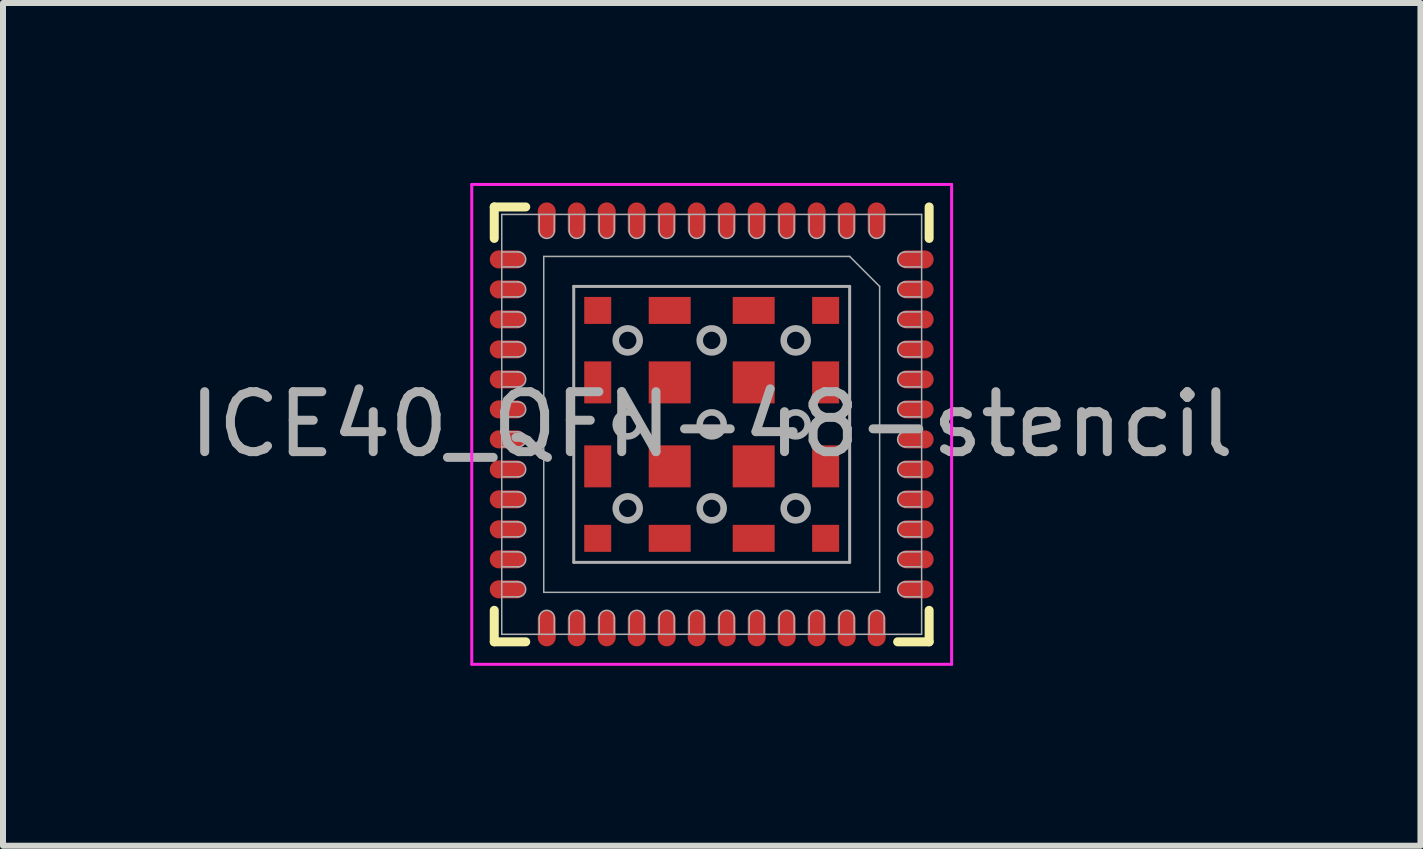
<source format=kicad_pcb>
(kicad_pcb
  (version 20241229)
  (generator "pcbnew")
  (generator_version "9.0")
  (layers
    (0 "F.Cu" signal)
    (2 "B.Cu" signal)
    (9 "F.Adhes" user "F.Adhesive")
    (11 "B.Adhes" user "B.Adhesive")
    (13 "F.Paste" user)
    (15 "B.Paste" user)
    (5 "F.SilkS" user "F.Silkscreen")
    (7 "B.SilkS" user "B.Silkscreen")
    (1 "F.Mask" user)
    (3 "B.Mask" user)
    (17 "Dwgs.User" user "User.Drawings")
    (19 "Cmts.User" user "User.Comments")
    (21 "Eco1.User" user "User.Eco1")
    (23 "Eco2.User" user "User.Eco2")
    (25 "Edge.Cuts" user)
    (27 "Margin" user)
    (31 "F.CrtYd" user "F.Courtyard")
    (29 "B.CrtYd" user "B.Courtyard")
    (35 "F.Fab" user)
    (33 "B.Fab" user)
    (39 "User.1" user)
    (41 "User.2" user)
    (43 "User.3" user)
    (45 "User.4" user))
  (footprint "ICE40_QFN-48-stencil"
    (layer "F.Cu")
    (at 8.815 4.025)
    (property "Reference" "ICE40_QFN-48-stencil" (at 0 0 0) (layer "F.Fab") (effects (font (size 1 1) (thickness 0.15))))
    (attr smd)
    (fp_line (start -3.625 -3.625) (end -3.625 -3.1) (stroke (width 0.15) (type solid)) (layer "F.SilkS"))
    (fp_line (start -3.625 -3.625) (end -3.1 -3.625) (stroke (width 0.15) (type solid)) (layer "F.SilkS"))
    (fp_line (start -3.625 3.625) (end -3.625 3.1) (stroke (width 0.15) (type solid)) (layer "F.SilkS"))
    (fp_line (start -3.625 3.625) (end -3.1 3.625) (stroke (width 0.15) (type solid)) (layer "F.SilkS"))
    (fp_line (start 3.625 -3.625) (end 3.625 -3.1) (stroke (width 0.15) (type solid)) (layer "F.SilkS"))
    (fp_line (start 3.625 3.625) (end 3.1 3.625) (stroke (width 0.15) (type solid)) (layer "F.SilkS"))
    (fp_line (start 3.625 3.625) (end 3.625 3.1) (stroke (width 0.15) (type solid)) (layer "F.SilkS"))
    (fp_line (start -4 -4) (end -4 4) (stroke (width 0.05) (type solid)) (layer "F.CrtYd"))
    (fp_line (start 4 -4) (end -4 -4) (stroke (width 0.05) (type solid)) (layer "F.CrtYd"))
    (fp_line (start 4 -4) (end 4 4) (stroke (width 0.05) (type solid)) (layer "F.CrtYd"))
    (fp_line (start 4 4) (end -4 4) (stroke (width 0.05) (type solid)) (layer "F.CrtYd"))
    (fp_line (start -3.5 -3.5) (end -3.5 3.5) (stroke (width 0.025) (type solid)) (layer "F.Fab"))
    (fp_line (start -3.5 -2.875) (end -3.225 -2.875) (stroke (width 0.025) (type solid)) (layer "F.Fab"))
    (fp_line (start -3.5 -2.625) (end -3.225 -2.625) (stroke (width 0.025) (type solid)) (layer "F.Fab"))
    (fp_line (start -3.5 -2.375) (end -3.225 -2.375) (stroke (width 0.025) (type solid)) (layer "F.Fab"))
    (fp_line (start -3.5 -2.125) (end -3.225 -2.125) (stroke (width 0.025) (type solid)) (layer "F.Fab"))
    (fp_line (start -3.5 -1.875) (end -3.225 -1.875) (stroke (width 0.025) (type solid)) (layer "F.Fab"))
    (fp_line (start -3.5 -1.625) (end -3.225 -1.625) (stroke (width 0.025) (type solid)) (layer "F.Fab"))
    (fp_line (start -3.5 -1.375) (end -3.225 -1.375) (stroke (width 0.025) (type solid)) (layer "F.Fab"))
    (fp_line (start -3.5 -1.125) (end -3.225 -1.125) (stroke (width 0.025) (type solid)) (layer "F.Fab"))
    (fp_line (start -3.5 -0.875) (end -3.225 -0.875) (stroke (width 0.025) (type solid)) (layer "F.Fab"))
    (fp_line (start -3.5 -0.625) (end -3.225 -0.625) (stroke (width 0.025) (type solid)) (layer "F.Fab"))
    (fp_line (start -3.5 -0.375) (end -3.225 -0.375) (stroke (width 0.025) (type solid)) (layer "F.Fab"))
    (fp_line (start -3.5 -0.125) (end -3.225 -0.125) (stroke (width 0.025) (type solid)) (layer "F.Fab"))
    (fp_line (start -3.5 0.125) (end -3.225 0.125) (stroke (width 0.025) (type solid)) (layer "F.Fab"))
    (fp_line (start -3.5 0.375) (end -3.225 0.375) (stroke (width 0.025) (type solid)) (layer "F.Fab"))
    (fp_line (start -3.5 0.625) (end -3.225 0.625) (stroke (width 0.025) (type solid)) (layer "F.Fab"))
    (fp_line (start -3.5 0.875) (end -3.225 0.875) (stroke (width 0.025) (type solid)) (layer "F.Fab"))
    (fp_line (start -3.5 1.125) (end -3.225 1.125) (stroke (width 0.025) (type solid)) (layer "F.Fab"))
    (fp_line (start -3.5 1.375) (end -3.225 1.375) (stroke (width 0.025) (type solid)) (layer "F.Fab"))
    (fp_line (start -3.5 1.625) (end -3.225 1.625) (stroke (width 0.025) (type solid)) (layer "F.Fab"))
    (fp_line (start -3.5 1.875) (end -3.225 1.875) (stroke (width 0.025) (type solid)) (layer "F.Fab"))
    (fp_line (start -3.5 2.125) (end -3.225 2.125) (stroke (width 0.025) (type solid)) (layer "F.Fab"))
    (fp_line (start -3.5 2.375) (end -3.225 2.375) (stroke (width 0.025) (type solid)) (layer "F.Fab"))
    (fp_line (start -3.5 2.625) (end -3.225 2.625) (stroke (width 0.025) (type solid)) (layer "F.Fab"))
    (fp_line (start -3.5 2.875) (end -3.225 2.875) (stroke (width 0.025) (type solid)) (layer "F.Fab"))
    (fp_line (start -3.5 3.5) (end 3.5 3.5) (stroke (width 0.025) (type solid)) (layer "F.Fab"))
    (fp_line (start -2.875 -3.5) (end -2.875 -3.225) (stroke (width 0.025) (type solid)) (layer "F.Fab"))
    (fp_line (start -2.875 3.5) (end -2.875 3.225) (stroke (width 0.025) (type solid)) (layer "F.Fab"))
    (fp_line (start -2.8 -2.8) (end 2.3 -2.8) (stroke (width 0.025) (type solid)) (layer "F.Fab"))
    (fp_line (start -2.8 2.8) (end -2.8 -2.8) (stroke (width 0.025) (type solid)) (layer "F.Fab"))
    (fp_line (start -2.625 -3.5) (end -2.625 -3.225) (stroke (width 0.025) (type solid)) (layer "F.Fab"))
    (fp_line (start -2.625 3.5) (end -2.625 3.225) (stroke (width 0.025) (type solid)) (layer "F.Fab"))
    (fp_line (start -2.375 -3.5) (end -2.375 -3.225) (stroke (width 0.025) (type solid)) (layer "F.Fab"))
    (fp_line (start -2.375 3.5) (end -2.375 3.225) (stroke (width 0.025) (type solid)) (layer "F.Fab"))
    (fp_line (start -2.3 -2.3) (end -2.3 2.3) (stroke (width 0.05) (type solid)) (layer "F.Fab"))
    (fp_line (start -2.3 -2.3) (end 2.3 -2.3) (stroke (width 0.05) (type solid)) (layer "F.Fab"))
    (fp_line (start -2.3 2.3) (end 2.3 2.3) (stroke (width 0.05) (type solid)) (layer "F.Fab"))
    (fp_line (start -2.125 -3.5) (end -2.125 -3.225) (stroke (width 0.025) (type solid)) (layer "F.Fab"))
    (fp_line (start -2.125 3.5) (end -2.125 3.225) (stroke (width 0.025) (type solid)) (layer "F.Fab"))
    (fp_line (start -1.875 -3.5) (end -1.875 -3.225) (stroke (width 0.025) (type solid)) (layer "F.Fab"))
    (fp_line (start -1.875 3.5) (end -1.875 3.225) (stroke (width 0.025) (type solid)) (layer "F.Fab"))
    (fp_line (start -1.625 -3.5) (end -1.625 -3.225) (stroke (width 0.025) (type solid)) (layer "F.Fab"))
    (fp_line (start -1.625 3.5) (end -1.625 3.225) (stroke (width 0.025) (type solid)) (layer "F.Fab"))
    (fp_line (start -1.375 -3.5) (end -1.375 -3.225) (stroke (width 0.025) (type solid)) (layer "F.Fab"))
    (fp_line (start -1.375 3.5) (end -1.375 3.225) (stroke (width 0.025) (type solid)) (layer "F.Fab"))
    (fp_line (start -1.125 -3.5) (end -1.125 -3.225) (stroke (width 0.025) (type solid)) (layer "F.Fab"))
    (fp_line (start -1.125 3.5) (end -1.125 3.225) (stroke (width 0.025) (type solid)) (layer "F.Fab"))
    (fp_line (start -0.875 -3.5) (end -0.875 -3.225) (stroke (width 0.025) (type solid)) (layer "F.Fab"))
    (fp_line (start -0.875 3.5) (end -0.875 3.225) (stroke (width 0.025) (type solid)) (layer "F.Fab"))
    (fp_line (start -0.625 -3.5) (end -0.625 -3.225) (stroke (width 0.025) (type solid)) (layer "F.Fab"))
    (fp_line (start -0.625 3.5) (end -0.625 3.225) (stroke (width 0.025) (type solid)) (layer "F.Fab"))
    (fp_line (start -0.375 -3.5) (end -0.375 -3.225) (stroke (width 0.025) (type solid)) (layer "F.Fab"))
    (fp_line (start -0.375 3.5) (end -0.375 3.225) (stroke (width 0.025) (type solid)) (layer "F.Fab"))
    (fp_line (start -0.125 -3.5) (end -0.125 -3.225) (stroke (width 0.025) (type solid)) (layer "F.Fab"))
    (fp_line (start -0.125 3.5) (end -0.125 3.225) (stroke (width 0.025) (type solid)) (layer "F.Fab"))
    (fp_line (start 0.125 -3.5) (end 0.125 -3.225) (stroke (width 0.025) (type solid)) (layer "F.Fab"))
    (fp_line (start 0.125 3.5) (end 0.125 3.225) (stroke (width 0.025) (type solid)) (layer "F.Fab"))
    (fp_line (start 0.375 -3.5) (end 0.375 -3.225) (stroke (width 0.025) (type solid)) (layer "F.Fab"))
    (fp_line (start 0.375 3.5) (end 0.375 3.225) (stroke (width 0.025) (type solid)) (layer "F.Fab"))
    (fp_line (start 0.625 -3.5) (end 0.625 -3.225) (stroke (width 0.025) (type solid)) (layer "F.Fab"))
    (fp_line (start 0.625 3.5) (end 0.625 3.225) (stroke (width 0.025) (type solid)) (layer "F.Fab"))
    (fp_line (start 0.875 -3.5) (end 0.875 -3.225) (stroke (width 0.025) (type solid)) (layer "F.Fab"))
    (fp_line (start 0.875 3.5) (end 0.875 3.225) (stroke (width 0.025) (type solid)) (layer "F.Fab"))
    (fp_line (start 1.125 -3.5) (end 1.125 -3.225) (stroke (width 0.025) (type solid)) (layer "F.Fab"))
    (fp_line (start 1.125 3.5) (end 1.125 3.225) (stroke (width 0.025) (type solid)) (layer "F.Fab"))
    (fp_line (start 1.375 -3.5) (end 1.375 -3.225) (stroke (width 0.025) (type solid)) (layer "F.Fab"))
    (fp_line (start 1.375 3.5) (end 1.375 3.225) (stroke (width 0.025) (type solid)) (layer "F.Fab"))
    (fp_line (start 1.625 -3.5) (end 1.625 -3.225) (stroke (width 0.025) (type solid)) (layer "F.Fab"))
    (fp_line (start 1.625 3.5) (end 1.625 3.225) (stroke (width 0.025) (type solid)) (layer "F.Fab"))
    (fp_line (start 1.875 -3.5) (end 1.875 -3.225) (stroke (width 0.025) (type solid)) (layer "F.Fab"))
    (fp_line (start 1.875 3.5) (end 1.875 3.225) (stroke (width 0.025) (type solid)) (layer "F.Fab"))
    (fp_line (start 2.125 -3.5) (end 2.125 -3.225) (stroke (width 0.025) (type solid)) (layer "F.Fab"))
    (fp_line (start 2.125 3.5) (end 2.125 3.225) (stroke (width 0.025) (type solid)) (layer "F.Fab"))
    (fp_line (start 2.3 -2.3) (end 2.3 2.3) (stroke (width 0.05) (type solid)) (layer "F.Fab"))
    (fp_line (start 2.3 -2.8) (end 2.8 -2.3) (stroke (width 0.025) (type solid)) (layer "F.Fab"))
    (fp_line (start 2.375 -3.5) (end 2.375 -3.225) (stroke (width 0.025) (type solid)) (layer "F.Fab"))
    (fp_line (start 2.375 3.5) (end 2.375 3.225) (stroke (width 0.025) (type solid)) (layer "F.Fab"))
    (fp_line (start 2.625 -3.5) (end 2.625 -3.225) (stroke (width 0.025) (type solid)) (layer "F.Fab"))
    (fp_line (start 2.625 3.5) (end 2.625 3.225) (stroke (width 0.025) (type solid)) (layer "F.Fab"))
    (fp_line (start 2.8 -2.3) (end 2.8 2.8) (stroke (width 0.025) (type solid)) (layer "F.Fab"))
    (fp_line (start 2.8 2.8) (end -2.8 2.8) (stroke (width 0.025) (type solid)) (layer "F.Fab"))
    (fp_line (start 2.875 -3.5) (end 2.875 -3.225) (stroke (width 0.025) (type solid)) (layer "F.Fab"))
    (fp_line (start 2.875 3.5) (end 2.875 3.225) (stroke (width 0.025) (type solid)) (layer "F.Fab"))
    (fp_line (start 3.5 -3.5) (end -3.5 -3.5) (stroke (width 0.025) (type solid)) (layer "F.Fab"))
    (fp_line (start 3.5 -2.875) (end 3.225 -2.875) (stroke (width 0.025) (type solid)) (layer "F.Fab"))
    (fp_line (start 3.5 -2.625) (end 3.225 -2.625) (stroke (width 0.025) (type solid)) (layer "F.Fab"))
    (fp_line (start 3.5 -2.375) (end 3.225 -2.375) (stroke (width 0.025) (type solid)) (layer "F.Fab"))
    (fp_line (start 3.5 -2.125) (end 3.225 -2.125) (stroke (width 0.025) (type solid)) (layer "F.Fab"))
    (fp_line (start 3.5 -1.875) (end 3.225 -1.875) (stroke (width 0.025) (type solid)) (layer "F.Fab"))
    (fp_line (start 3.5 -1.625) (end 3.225 -1.625) (stroke (width 0.025) (type solid)) (layer "F.Fab"))
    (fp_line (start 3.5 -1.375) (end 3.225 -1.375) (stroke (width 0.025) (type solid)) (layer "F.Fab"))
    (fp_line (start 3.5 -1.125) (end 3.225 -1.125) (stroke (width 0.025) (type solid)) (layer "F.Fab"))
    (fp_line (start 3.5 -0.875) (end 3.225 -0.875) (stroke (width 0.025) (type solid)) (layer "F.Fab"))
    (fp_line (start 3.5 -0.625) (end 3.225 -0.625) (stroke (width 0.025) (type solid)) (layer "F.Fab"))
    (fp_line (start 3.5 -0.375) (end 3.225 -0.375) (stroke (width 0.025) (type solid)) (layer "F.Fab"))
    (fp_line (start 3.5 -0.125) (end 3.225 -0.125) (stroke (width 0.025) (type solid)) (layer "F.Fab"))
    (fp_line (start 3.5 0.125) (end 3.225 0.125) (stroke (width 0.025) (type solid)) (layer "F.Fab"))
    (fp_line (start 3.5 0.375) (end 3.225 0.375) (stroke (width 0.025) (type solid)) (layer "F.Fab"))
    (fp_line (start 3.5 0.625) (end 3.225 0.625) (stroke (width 0.025) (type solid)) (layer "F.Fab"))
    (fp_line (start 3.5 0.875) (end 3.225 0.875) (stroke (width 0.025) (type solid)) (layer "F.Fab"))
    (fp_line (start 3.5 1.125) (end 3.225 1.125) (stroke (width 0.025) (type solid)) (layer "F.Fab"))
    (fp_line (start 3.5 1.375) (end 3.225 1.375) (stroke (width 0.025) (type solid)) (layer "F.Fab"))
    (fp_line (start 3.5 1.625) (end 3.225 1.625) (stroke (width 0.025) (type solid)) (layer "F.Fab"))
    (fp_line (start 3.5 1.875) (end 3.225 1.875) (stroke (width 0.025) (type solid)) (layer "F.Fab"))
    (fp_line (start 3.5 2.125) (end 3.225 2.125) (stroke (width 0.025) (type solid)) (layer "F.Fab"))
    (fp_line (start 3.5 2.375) (end 3.225 2.375) (stroke (width 0.025) (type solid)) (layer "F.Fab"))
    (fp_line (start 3.5 2.625) (end 3.225 2.625) (stroke (width 0.025) (type solid)) (layer "F.Fab"))
    (fp_line (start 3.5 2.875) (end 3.225 2.875) (stroke (width 0.025) (type solid)) (layer "F.Fab"))
    (fp_line (start 3.5 3.5) (end 3.5 -3.5) (stroke (width 0.025) (type solid)) (layer "F.Fab"))
    (fp_arc (start -3.225 -2.375) (mid -3.1 -2.25) (end -3.225 -2.125) (stroke (width 0.025) (type solid)) (layer "F.Fab"))
    (fp_arc (start -3.225 -1.875) (mid -3.099999 -1.749999) (end -3.225 -1.624998) (stroke (width 0.025) (type solid)) (layer "F.Fab"))
    (fp_arc (start -3.225 -1.375) (mid -3.1 -1.25) (end -3.225 -1.125) (stroke (width 0.025) (type solid)) (layer "F.Fab"))
    (fp_arc (start -3.225 -0.875) (mid -3.099999 -0.750001) (end -3.224998 -0.625) (stroke (width 0.025) (type solid)) (layer "F.Fab"))
    (fp_arc (start -3.225 0.125) (mid -3.1 0.25) (end -3.225 0.375) (stroke (width 0.025) (type solid)) (layer "F.Fab"))
    (fp_arc (start -3.225 0.625) (mid -3.099999 0.749999) (end -3.224998 0.875) (stroke (width 0.025) (type solid)) (layer "F.Fab"))
    (fp_arc (start -3.225 1.625) (mid -3.100001 1.749999) (end -3.225 1.874998) (stroke (width 0.025) (type solid)) (layer "F.Fab"))
    (fp_arc (start -3.225 2.625) (mid -3.1 2.75) (end -3.225 2.875) (stroke (width 0.025) (type solid)) (layer "F.Fab"))
    (fp_arc (start -3.224999 -2.875) (mid -3.1 -2.749999) (end -3.225001 -2.625) (stroke (width 0.025) (type solid)) (layer "F.Fab"))
    (fp_arc (start -3.224999 -0.375) (mid -3.1 -0.249999) (end -3.225001 -0.125) (stroke (width 0.025) (type solid)) (layer "F.Fab"))
    (fp_arc (start -3.224999 1.125) (mid -3.1 1.250001) (end -3.225001 1.375) (stroke (width 0.025) (type solid)) (layer "F.Fab"))
    (fp_arc (start -3.224999 2.125) (mid -3.1 2.250001) (end -3.225001 2.375) (stroke (width 0.025) (type solid)) (layer "F.Fab"))
    (fp_arc (start -2.875 3.224999) (mid -2.749999 3.1) (end -2.625 3.225001) (stroke (width 0.025) (type solid)) (layer "F.Fab"))
    (fp_arc (start -2.625 -3.225) (mid -2.75 -3.1) (end -2.875 -3.225) (stroke (width 0.025) (type solid)) (layer "F.Fab"))
    (fp_arc (start -2.375 3.225) (mid -2.25 3.1) (end -2.125 3.225) (stroke (width 0.025) (type solid)) (layer "F.Fab"))
    (fp_arc (start -2.125 -3.224999) (mid -2.250001 -3.1) (end -2.375 -3.225001) (stroke (width 0.025) (type solid)) (layer "F.Fab"))
    (fp_arc (start -1.875 3.225) (mid -1.749999 3.099999) (end -1.624998 3.225) (stroke (width 0.025) (type solid)) (layer "F.Fab"))
    (fp_arc (start -1.625 -3.225) (mid -1.749999 -3.100001) (end -1.874998 -3.225) (stroke (width 0.025) (type solid)) (layer "F.Fab"))
    (fp_arc (start -1.375 3.225) (mid -1.25 3.1) (end -1.125 3.225) (stroke (width 0.025) (type solid)) (layer "F.Fab"))
    (fp_arc (start -1.125 -3.224999) (mid -1.250001 -3.1) (end -1.375 -3.225001) (stroke (width 0.025) (type solid)) (layer "F.Fab"))
    (fp_arc (start -0.875 3.225) (mid -0.750001 3.099999) (end -0.625 3.224998) (stroke (width 0.025) (type solid)) (layer "F.Fab"))
    (fp_arc (start -0.625 -3.225) (mid -0.749999 -3.099999) (end -0.875 -3.224998) (stroke (width 0.025) (type solid)) (layer "F.Fab"))
    (fp_arc (start -0.375 3.224999) (mid -0.249999 3.1) (end -0.125 3.225001) (stroke (width 0.025) (type solid)) (layer "F.Fab"))
    (fp_arc (start -0.125 -3.225) (mid -0.25 -3.1) (end -0.375 -3.225) (stroke (width 0.025) (type solid)) (layer "F.Fab"))
    (fp_arc (start 0.125 3.225) (mid 0.25 3.1) (end 0.375 3.225) (stroke (width 0.025) (type solid)) (layer "F.Fab"))
    (fp_arc (start 0.375 -3.224999) (mid 0.249999 -3.1) (end 0.125 -3.225001) (stroke (width 0.025) (type solid)) (layer "F.Fab"))
    (fp_arc (start 0.625 3.225) (mid 0.749999 3.099999) (end 0.875 3.224998) (stroke (width 0.025) (type solid)) (layer "F.Fab"))
    (fp_arc (start 0.875 -3.225) (mid 0.750001 -3.099999) (end 0.625 -3.224998) (stroke (width 0.025) (type solid)) (layer "F.Fab"))
    (fp_arc (start 1.125 3.224999) (mid 1.250001 3.1) (end 1.375 3.225001) (stroke (width 0.025) (type solid)) (layer "F.Fab"))
    (fp_arc (start 1.375 -3.225) (mid 1.25 -3.1) (end 1.125 -3.225) (stroke (width 0.025) (type solid)) (layer "F.Fab"))
    (fp_arc (start 1.625 3.225) (mid 1.749999 3.100001) (end 1.874998 3.225) (stroke (width 0.025) (type solid)) (layer "F.Fab"))
    (fp_arc (start 1.875 -3.225) (mid 1.749999 -3.099999) (end 1.624998 -3.225) (stroke (width 0.025) (type solid)) (layer "F.Fab"))
    (fp_arc (start 2.125 3.224999) (mid 2.250001 3.1) (end 2.375 3.225001) (stroke (width 0.025) (type solid)) (layer "F.Fab"))
    (fp_arc (start 2.375 -3.225) (mid 2.25 -3.1) (end 2.125 -3.225) (stroke (width 0.025) (type solid)) (layer "F.Fab"))
    (fp_arc (start 2.625 3.225) (mid 2.75 3.1) (end 2.875 3.225) (stroke (width 0.025) (type solid)) (layer "F.Fab"))
    (fp_arc (start 2.875 -3.224999) (mid 2.749999 -3.1) (end 2.625 -3.225001) (stroke (width 0.025) (type solid)) (layer "F.Fab"))
    (fp_arc (start 3.224999 -2.125) (mid 3.1 -2.250001) (end 3.225001 -2.375) (stroke (width 0.025) (type solid)) (layer "F.Fab"))
    (fp_arc (start 3.224999 -1.125) (mid 3.1 -1.250001) (end 3.225001 -1.375) (stroke (width 0.025) (type solid)) (layer "F.Fab"))
    (fp_arc (start 3.224999 0.375) (mid 3.1 0.249999) (end 3.225001 0.125) (stroke (width 0.025) (type solid)) (layer "F.Fab"))
    (fp_arc (start 3.224999 2.875) (mid 3.1 2.749999) (end 3.225001 2.625) (stroke (width 0.025) (type solid)) (layer "F.Fab"))
    (fp_arc (start 3.225 -2.625) (mid 3.1 -2.75) (end 3.225 -2.875) (stroke (width 0.025) (type solid)) (layer "F.Fab"))
    (fp_arc (start 3.225 -1.625) (mid 3.100001 -1.749999) (end 3.225 -1.874998) (stroke (width 0.025) (type solid)) (layer "F.Fab"))
    (fp_arc (start 3.225 -0.625) (mid 3.099999 -0.749999) (end 3.224998 -0.875) (stroke (width 0.025) (type solid)) (layer "F.Fab"))
    (fp_arc (start 3.225 -0.125) (mid 3.1 -0.25) (end 3.225 -0.375) (stroke (width 0.025) (type solid)) (layer "F.Fab"))
    (fp_arc (start 3.225 0.875) (mid 3.099999 0.750001) (end 3.224998 0.625) (stroke (width 0.025) (type solid)) (layer "F.Fab"))
    (fp_arc (start 3.225 1.375) (mid 3.1 1.25) (end 3.225 1.125) (stroke (width 0.025) (type solid)) (layer "F.Fab"))
    (fp_arc (start 3.225 1.875) (mid 3.099999 1.749999) (end 3.225 1.624998) (stroke (width 0.025) (type solid)) (layer "F.Fab"))
    (fp_arc (start 3.225 2.375) (mid 3.1 2.25) (end 3.225 2.125) (stroke (width 0.025) (type solid)) (layer "F.Fab"))
    (fp_circle (center -1.4 -1.4) (end -1.2 -1.4) (stroke (width 0.11) (type solid)) (fill no) (layer "F.Fab"))
    (fp_circle (center -1.4 0) (end -1.2 0) (stroke (width 0.11) (type solid)) (fill no) (layer "F.Fab"))
    (fp_circle (center -1.4 1.4) (end -1.2 1.4) (stroke (width 0.11) (type solid)) (fill no) (layer "F.Fab"))
    (fp_circle (center 0 -1.4) (end 0.2 -1.4) (stroke (width 0.11) (type solid)) (fill no) (layer "F.Fab"))
    (fp_circle (center 0 0) (end 0.2 0) (stroke (width 0.11) (type solid)) (fill no) (layer "F.Fab"))
    (fp_circle (center 0 1.4) (end 0.2 1.4) (stroke (width 0.11) (type solid)) (fill no) (layer "F.Fab"))
    (fp_circle (center 1.4 -1.4) (end 1.6 -1.4) (stroke (width 0.11) (type solid)) (fill no) (layer "F.Fab"))
    (fp_circle (center 1.4 0) (end 1.6 0) (stroke (width 0.11) (type solid)) (fill no) (layer "F.Fab"))
    (fp_circle (center 1.4 1.4) (end 1.6 1.4) (stroke (width 0.11) (type solid)) (fill no) (layer "F.Fab"))
    (pad "1" smd oval (at 2.75 -3.4 270) (size 0.6 0.3) (layers "F.Cu" "F.Mask" "F.Paste"))
    (pad "2" smd oval (at 2.25 -3.4 270) (size 0.6 0.3) (layers "F.Cu" "F.Mask" "F.Paste"))
    (pad "3" smd oval (at 1.75 -3.4 270) (size 0.6 0.3) (layers "F.Cu" "F.Mask" "F.Paste"))
    (pad "4" smd oval (at 1.25 -3.4 270) (size 0.6 0.3) (layers "F.Cu" "F.Mask" "F.Paste"))
    (pad "5" smd oval (at 0.75 -3.4 270) (size 0.6 0.3) (layers "F.Cu" "F.Mask" "F.Paste"))
    (pad "6" smd oval (at 0.25 -3.4 270) (size 0.6 0.3) (layers "F.Cu" "F.Mask" "F.Paste"))
    (pad "7" smd oval (at -0.25 -3.4 270) (size 0.6 0.3) (layers "F.Cu" "F.Mask" "F.Paste"))
    (pad "8" smd oval (at -0.75 -3.4 270) (size 0.6 0.3) (layers "F.Cu" "F.Mask" "F.Paste"))
    (pad "9" smd oval (at -1.25 -3.4 270) (size 0.6 0.3) (layers "F.Cu" "F.Mask" "F.Paste"))
    (pad "10" smd oval (at -1.75 -3.4 270) (size 0.6 0.3) (layers "F.Cu" "F.Mask" "F.Paste"))
    (pad "11" smd oval (at -2.25 -3.4 270) (size 0.6 0.3) (layers "F.Cu" "F.Mask" "F.Paste"))
    (pad "12" smd oval (at -2.75 -3.4 270) (size 0.6 0.3) (layers "F.Cu" "F.Mask" "F.Paste"))
    (pad "13" smd oval (at -3.4 -2.75) (size 0.6 0.3) (layers "F.Cu" "F.Mask" "F.Paste"))
    (pad "14" smd oval (at -3.4 -2.25) (size 0.6 0.3) (layers "F.Cu" "F.Mask" "F.Paste"))
    (pad "15" smd oval (at -3.4 -1.75) (size 0.6 0.3) (layers "F.Cu" "F.Mask" "F.Paste"))
    (pad "16" smd oval (at -3.4 -1.25) (size 0.6 0.3) (layers "F.Cu" "F.Mask" "F.Paste"))
    (pad "17" smd oval (at -3.4 -0.75) (size 0.6 0.3) (layers "F.Cu" "F.Mask" "F.Paste"))
    (pad "18" smd oval (at -3.4 -0.25) (size 0.6 0.3) (layers "F.Cu" "F.Mask" "F.Paste"))
    (pad "19" smd oval (at -3.4 0.25) (size 0.6 0.3) (layers "F.Cu" "F.Mask" "F.Paste"))
    (pad "20" smd oval (at -3.4 0.75) (size 0.6 0.3) (layers "F.Cu" "F.Mask" "F.Paste"))
    (pad "21" smd oval (at -3.4 1.25) (size 0.6 0.3) (layers "F.Cu" "F.Mask" "F.Paste"))
    (pad "22" smd oval (at -3.4 1.75) (size 0.6 0.3) (layers "F.Cu" "F.Mask" "F.Paste"))
    (pad "23" smd oval (at -3.4 2.25) (size 0.6 0.3) (layers "F.Cu" "F.Mask" "F.Paste"))
    (pad "24" smd oval (at -3.4 2.75) (size 0.6 0.3) (layers "F.Cu" "F.Mask" "F.Paste"))
    (pad "25" smd oval (at -2.75 3.4 270) (size 0.6 0.3) (layers "F.Cu" "F.Mask" "F.Paste"))
    (pad "26" smd oval (at -2.25 3.4 270) (size 0.6 0.3) (layers "F.Cu" "F.Mask" "F.Paste"))
    (pad "27" smd oval (at -1.75 3.4 270) (size 0.6 0.3) (layers "F.Cu" "F.Mask" "F.Paste"))
    (pad "28" smd oval (at -1.25 3.4 270) (size 0.6 0.3) (layers "F.Cu" "F.Mask" "F.Paste"))
    (pad "29" smd oval (at -0.75 3.4 270) (size 0.6 0.3) (layers "F.Cu" "F.Mask" "F.Paste"))
    (pad "30" smd oval (at -0.25 3.4 270) (size 0.6 0.3) (layers "F.Cu" "F.Mask" "F.Paste"))
    (pad "31" smd oval (at 0.25 3.4 270) (size 0.6 0.3) (layers "F.Cu" "F.Mask" "F.Paste"))
    (pad "32" smd oval (at 0.75 3.4 270) (size 0.6 0.3) (layers "F.Cu" "F.Mask" "F.Paste"))
    (pad "33" smd oval (at 1.25 3.4 270) (size 0.6 0.3) (layers "F.Cu" "F.Mask" "F.Paste"))
    (pad "34" smd oval (at 1.75 3.4 270) (size 0.6 0.3) (layers "F.Cu" "F.Mask" "F.Paste"))
    (pad "35" smd oval (at 2.25 3.4 270) (size 0.6 0.3) (layers "F.Cu" "F.Mask" "F.Paste"))
    (pad "36" smd oval (at 2.75 3.4 270) (size 0.6 0.3) (layers "F.Cu" "F.Mask" "F.Paste"))
    (pad "37" smd oval (at 3.4 2.75) (size 0.6 0.3) (layers "F.Cu" "F.Mask" "F.Paste"))
    (pad "38" smd oval (at 3.4 2.25) (size 0.6 0.3) (layers "F.Cu" "F.Mask" "F.Paste"))
    (pad "39" smd oval (at 3.4 1.75) (size 0.6 0.3) (layers "F.Cu" "F.Mask" "F.Paste"))
    (pad "40" smd oval (at 3.4 1.25) (size 0.6 0.3) (layers "F.Cu" "F.Mask" "F.Paste"))
    (pad "41" smd oval (at 3.4 0.75) (size 0.6 0.3) (layers "F.Cu" "F.Mask" "F.Paste"))
    (pad "42" smd oval (at 3.4 0.25) (size 0.6 0.3) (layers "F.Cu" "F.Mask" "F.Paste"))
    (pad "43" smd oval (at 3.4 -0.25) (size 0.6 0.3) (layers "F.Cu" "F.Mask" "F.Paste"))
    (pad "44" smd oval (at 3.4 -0.75) (size 0.6 0.3) (layers "F.Cu" "F.Mask" "F.Paste"))
    (pad "45" smd oval (at 3.4 -1.25) (size 0.6 0.3) (layers "F.Cu" "F.Mask" "F.Paste"))
    (pad "46" smd oval (at 3.4 -1.75) (size 0.6 0.3) (layers "F.Cu" "F.Mask" "F.Paste"))
    (pad "47" smd oval (at 3.4 -2.25) (size 0.6 0.3) (layers "F.Cu" "F.Mask" "F.Paste"))
    (pad "48" smd oval (at 3.4 -2.75) (size 0.6 0.3) (layers "F.Cu" "F.Mask" "F.Paste"))
    (pad "49" smd rect (at -1.9 -1.9 270) (size 0.45 0.45) (layers "F.Cu" "F.Mask" "F.Paste"))
    (pad "49" smd rect (at -1.9 -0.7) (size 0.45 0.7) (layers "F.Cu" "F.Mask" "F.Paste"))
    (pad "49" smd rect (at -1.9 0.7) (size 0.45 0.7) (layers "F.Cu" "F.Mask" "F.Paste"))
    (pad "49" smd rect (at -1.9 1.9) (size 0.45 0.45) (layers "F.Cu" "F.Mask" "F.Paste"))
    (pad "49" smd rect (at -0.7 -1.9) (size 0.7 0.45) (layers "F.Cu" "F.Mask" "F.Paste"))
    (pad "49" smd rect (at -0.7 -0.7 270) (size 0.7 0.7) (layers "F.Cu" "F.Mask" "F.Paste"))
    (pad "49" smd rect (at -0.7 0.7 270) (size 0.7 0.7) (layers "F.Cu" "F.Mask" "F.Paste"))
    (pad "49" smd rect (at -0.7 1.9) (size 0.7 0.45) (layers "F.Cu" "F.Mask" "F.Paste"))
    (pad "49" smd rect (at 0.7 -1.9) (size 0.7 0.45) (layers "F.Cu" "F.Mask" "F.Paste"))
    (pad "49" smd rect (at 0.7 -0.7 270) (size 0.7 0.7) (layers "F.Cu" "F.Mask" "F.Paste"))
    (pad "49" smd rect (at 0.7 0.7 270) (size 0.7 0.7) (layers "F.Cu" "F.Mask" "F.Paste"))
    (pad "49" smd rect (at 0.7 1.9) (size 0.7 0.45) (layers "F.Cu" "F.Mask" "F.Paste"))
    (pad "49" smd rect (at 1.9 -1.9) (size 0.45 0.45) (layers "F.Cu" "F.Mask" "F.Paste"))
    (pad "49" smd rect (at 1.9 -0.7) (size 0.45 0.7) (layers "F.Cu" "F.Mask" "F.Paste"))
    (pad "49" smd rect (at 1.9 0.7) (size 0.45 0.7) (layers "F.Cu" "F.Mask" "F.Paste"))
    (pad "49" smd rect (at 1.9 1.9) (size 0.45 0.45) (layers "F.Cu" "F.Mask" "F.Paste")))
  (gr_rect
    (start -3 -3)
    (end 20.631 11.05)
    (stroke (width 0.1) (type default))
    (fill no)
    (layer "Edge.Cuts")))
</source>
